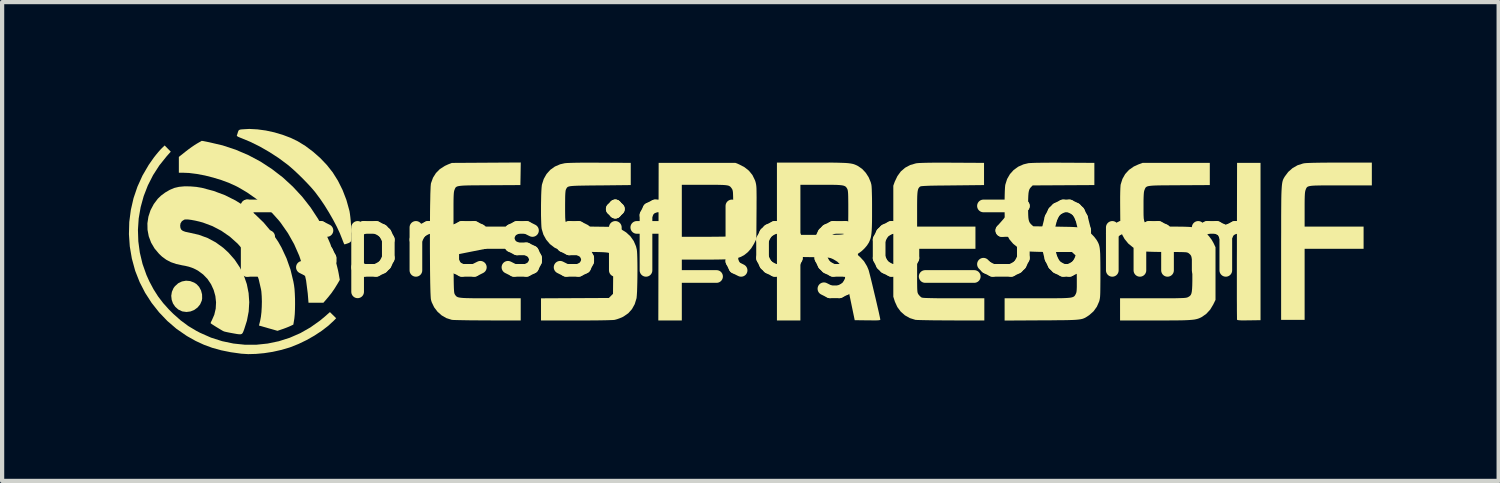
<source format=kicad_pcb>
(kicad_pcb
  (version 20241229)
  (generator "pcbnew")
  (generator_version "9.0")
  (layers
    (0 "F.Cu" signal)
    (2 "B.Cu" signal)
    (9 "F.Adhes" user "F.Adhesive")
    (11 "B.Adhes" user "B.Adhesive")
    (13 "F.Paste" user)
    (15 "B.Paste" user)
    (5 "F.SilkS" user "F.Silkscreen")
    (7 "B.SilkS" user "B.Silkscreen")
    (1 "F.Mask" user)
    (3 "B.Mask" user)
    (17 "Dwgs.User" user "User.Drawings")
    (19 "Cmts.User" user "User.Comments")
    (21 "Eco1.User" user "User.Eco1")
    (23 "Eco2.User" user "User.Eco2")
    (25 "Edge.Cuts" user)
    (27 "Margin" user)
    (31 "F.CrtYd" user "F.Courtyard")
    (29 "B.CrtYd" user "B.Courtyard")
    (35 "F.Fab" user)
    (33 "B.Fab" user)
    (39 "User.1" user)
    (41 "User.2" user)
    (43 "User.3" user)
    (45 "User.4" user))
  (footprint "Espressif_logo_30mm"
    (layer "F.Cu")
    (at 14.699 2.656)
    (property "Reference" "Espressif_logo_30mm" (at 0 0 0) (layer "F.SilkS") (effects (font (size 1.524 1.524) (thickness 0.3))))
    (attr board_only exclude_from_pos_files exclude_from_bom)
    (fp_poly (pts (xy 12.07 1.868) (xy 11.796 1.872) (xy 11.693 1.873) (xy 11.617 1.873) (xy 11.565 1.87) (xy 11.532 1.866) (xy 11.517 1.86) (xy 11.514 1.857) (xy 11.513 1.84) (xy 11.513 1.794) (xy 11.512 1.723) (xy 11.511 1.627) (xy 11.511 1.508) (xy 11.51 1.368) (xy 11.51 1.21) (xy 11.51 1.034) (xy 11.51 0.843) (xy 11.51 0.638) (xy 11.51 0.422) (xy 11.511 0.196) (xy 11.511 -0.008) (xy 11.515 -1.853) (xy 12.07 -1.853)) (stroke (width 0) (type solid)) (fill yes) (layer "F.SilkS"))
    (fp_poly (pts (xy -13.251 0.943) (xy -13.156 0.979) (xy -13.103 1.013) (xy -13.039 1.08) (xy -12.994 1.164) (xy -12.969 1.258) (xy -12.967 1.355) (xy -12.976 1.406) (xy -13.015 1.495) (xy -13.076 1.569) (xy -13.154 1.626) (xy -13.243 1.662) (xy -13.338 1.674) (xy -13.435 1.661) (xy -13.443 1.658) (xy -13.533 1.615) (xy -13.604 1.551) (xy -13.657 1.473) (xy -13.688 1.385) (xy -13.698 1.291) (xy -13.683 1.198) (xy -13.644 1.109) (xy -13.611 1.065) (xy -13.534 0.995) (xy -13.445 0.952) (xy -13.349 0.934)) (stroke (width 0) (type solid)) (fill yes) (layer "F.SilkS"))
    (fp_poly (pts (xy -12.805 -2.342) (xy -12.484 -2.267) (xy -12.172 -2.164) (xy -11.873 -2.036) (xy -11.586 -1.883) (xy -11.315 -1.706) (xy -11.059 -1.509) (xy -10.821 -1.29) (xy -10.601 -1.053) (xy -10.402 -0.799) (xy -10.224 -0.528) (xy -10.068 -0.242) (xy -9.937 0.058) (xy -9.831 0.369) (xy -9.752 0.691) (xy -9.738 0.761) (xy -9.711 0.915) (xy -9.766 1.01) (xy -9.838 1.126) (xy -9.908 1.227) (xy -9.988 1.327) (xy -10.01 1.353) (xy -10.098 1.455) (xy -10.451 1.455) (xy -10.469 1.234) (xy -10.508 0.929) (xy -10.575 0.632) (xy -10.67 0.345) (xy -10.791 0.07) (xy -10.938 -0.191) (xy -11.11 -0.437) (xy -11.16 -0.499) (xy -11.319 -0.676) (xy -11.5 -0.848) (xy -11.697 -1.009) (xy -11.903 -1.153) (xy -12.11 -1.275) (xy -12.16 -1.301) (xy -12.327 -1.377) (xy -12.511 -1.446) (xy -12.705 -1.505) (xy -12.902 -1.555) (xy -13.094 -1.591) (xy -13.276 -1.614) (xy -13.421 -1.62) (xy -13.518 -1.62) (xy -13.518 -1.994) (xy -13.362 -2.118) (xy -13.291 -2.173) (xy -13.215 -2.228) (xy -13.144 -2.276) (xy -13.091 -2.309) (xy -12.976 -2.375)) (stroke (width 0) (type solid)) (fill yes) (layer "F.SilkS"))
    (fp_poly (pts (xy 14.703 -1.32) (xy 13.967 -1.32) (xy 13.793 -1.32) (xy 13.647 -1.32) (xy 13.526 -1.32) (xy 13.427 -1.318) (xy 13.348 -1.316) (xy 13.287 -1.312) (xy 13.241 -1.306) (xy 13.207 -1.298) (xy 13.183 -1.288) (xy 13.167 -1.275) (xy 13.155 -1.259) (xy 13.146 -1.239) (xy 13.137 -1.216) (xy 13.136 -1.214) (xy 13.129 -1.191) (xy 13.123 -1.16) (xy 13.119 -1.119) (xy 13.116 -1.062) (xy 13.114 -0.987) (xy 13.113 -0.89) (xy 13.113 -0.767) (xy 13.113 -0.75) (xy 13.113 -0.345) (xy 14.508 -0.345) (xy 14.508 0.18) (xy 13.113 0.18) (xy 13.113 1.86) (xy 12.557 1.86) (xy 12.557 0.288) (xy 12.557 0.029) (xy 12.558 -0.202) (xy 12.558 -0.407) (xy 12.558 -0.587) (xy 12.559 -0.744) (xy 12.56 -0.88) (xy 12.561 -0.997) (xy 12.563 -1.096) (xy 12.566 -1.179) (xy 12.57 -1.248) (xy 12.574 -1.306) (xy 12.579 -1.352) (xy 12.585 -1.39) (xy 12.592 -1.421) (xy 12.6 -1.447) (xy 12.61 -1.47) (xy 12.62 -1.49) (xy 12.633 -1.512) (xy 12.643 -1.529) (xy 12.724 -1.638) (xy 12.826 -1.728) (xy 12.944 -1.796) (xy 13.075 -1.838) (xy 13.113 -1.845) (xy 13.149 -1.848) (xy 13.212 -1.851) (xy 13.299 -1.854) (xy 13.408 -1.856) (xy 13.534 -1.858) (xy 13.676 -1.859) (xy 13.831 -1.86) (xy 13.956 -1.86) (xy 14.703 -1.86)) (stroke (width 0) (type solid)) (fill yes) (layer "F.SilkS"))
    (fp_poly (pts (xy -11.662 -2.646) (xy -11.462 -2.619) (xy -11.259 -2.575) (xy -11.06 -2.516) (xy -10.87 -2.444) (xy -10.707 -2.365) (xy -10.523 -2.252) (xy -10.342 -2.116) (xy -10.171 -1.965) (xy -10.016 -1.802) (xy -9.884 -1.635) (xy -9.883 -1.635) (xy -9.756 -1.433) (xy -9.645 -1.211) (xy -9.555 -0.978) (xy -9.489 -0.741) (xy -9.481 -0.709) (xy -9.471 -0.647) (xy -9.461 -0.567) (xy -9.452 -0.475) (xy -9.445 -0.377) (xy -9.44 -0.279) (xy -9.437 -0.187) (xy -9.436 -0.107) (xy -9.438 -0.046) (xy -9.442 -0.011) (xy -9.457 0.017) (xy -9.491 0.039) (xy -9.522 0.051) (xy -9.564 0.065) (xy -9.594 0.074) (xy -9.601 0.075) (xy -9.61 0.062) (xy -9.625 0.027) (xy -9.645 -0.024) (xy -9.654 -0.049) (xy -9.71 -0.189) (xy -9.783 -0.345) (xy -9.87 -0.51) (xy -9.967 -0.679) (xy -10.07 -0.846) (xy -10.177 -1.004) (xy -10.284 -1.148) (xy -10.301 -1.17) (xy -10.374 -1.256) (xy -10.465 -1.355) (xy -10.566 -1.46) (xy -10.673 -1.566) (xy -10.779 -1.666) (xy -10.878 -1.754) (xy -10.948 -1.812) (xy -11.154 -1.965) (xy -11.374 -2.108) (xy -11.6 -2.238) (xy -11.826 -2.35) (xy -12.043 -2.44) (xy -12.059 -2.446) (xy -12.114 -2.469) (xy -12.143 -2.488) (xy -12.147 -2.499) (xy -12.138 -2.524) (xy -12.125 -2.565) (xy -12.122 -2.577) (xy -12.109 -2.612) (xy -12.093 -2.631) (xy -12.064 -2.641) (xy -12.027 -2.646) (xy -11.852 -2.656)) (stroke (width 0) (type solid)) (fill yes) (layer "F.SilkS"))
    (fp_poly (pts (xy -13.709 -2.118) (xy -13.804 -2.012) (xy -13.979 -1.794) (xy -14.128 -1.563) (xy -14.252 -1.319) (xy -14.35 -1.066) (xy -14.422 -0.805) (xy -14.468 -0.538) (xy -14.486 -0.269) (xy -14.477 0.002) (xy -14.441 0.271) (xy -14.377 0.538) (xy -14.285 0.798) (xy -14.215 0.953) (xy -14.116 1.139) (xy -14.009 1.307) (xy -13.889 1.464) (xy -13.75 1.619) (xy -13.65 1.718) (xy -13.474 1.874) (xy -13.294 2.007) (xy -13.1 2.123) (xy -13.015 2.167) (xy -12.757 2.281) (xy -12.493 2.365) (xy -12.225 2.421) (xy -11.955 2.449) (xy -11.685 2.449) (xy -11.417 2.421) (xy -11.153 2.366) (xy -10.895 2.284) (xy -10.645 2.175) (xy -10.406 2.039) (xy -10.178 1.877) (xy -10.077 1.793) (xy -9.944 1.677) (xy -9.797 1.822) (xy -9.853 1.88) (xy -9.984 2.001) (xy -10.139 2.12) (xy -10.312 2.234) (xy -10.497 2.339) (xy -10.688 2.431) (xy -10.879 2.507) (xy -10.915 2.519) (xy -11.102 2.573) (xy -11.298 2.617) (xy -11.498 2.648) (xy -11.693 2.666) (xy -11.877 2.671) (xy -12.04 2.661) (xy -12.29 2.626) (xy -12.518 2.58) (xy -12.728 2.522) (xy -12.926 2.449) (xy -13.119 2.36) (xy -13.31 2.253) (xy -13.344 2.232) (xy -13.575 2.072) (xy -13.789 1.888) (xy -13.985 1.683) (xy -14.162 1.459) (xy -14.316 1.22) (xy -14.445 0.969) (xy -14.548 0.708) (xy -14.552 0.696) (xy -14.63 0.41) (xy -14.679 0.122) (xy -14.699 -0.167) (xy -14.691 -0.455) (xy -14.654 -0.739) (xy -14.59 -1.018) (xy -14.498 -1.289) (xy -14.379 -1.552) (xy -14.232 -1.804) (xy -14.111 -1.977) (xy -14.06 -2.042) (xy -14.006 -2.107) (xy -13.958 -2.162) (xy -13.927 -2.194) (xy -13.854 -2.265)) (stroke (width 0) (type solid)) (fill yes) (layer "F.SilkS"))
    (fp_poly (pts (xy -0.268 -1.819) (xy -0.139 -1.752) (xy -0.032 -1.667) (xy 0.051 -1.564) (xy 0.11 -1.443) (xy 0.121 -1.411) (xy 0.128 -1.385) (xy 0.134 -1.359) (xy 0.139 -1.33) (xy 0.143 -1.295) (xy 0.146 -1.25) (xy 0.147 -1.192) (xy 0.148 -1.119) (xy 0.149 -1.027) (xy 0.148 -0.913) (xy 0.148 -0.774) (xy 0.147 -0.681) (xy 0.143 -0.051) (xy 0.086 0.063) (xy 0.022 0.168) (xy -0.058 0.259) (xy -0.148 0.331) (xy -0.233 0.374) (xy -0.276 0.389) (xy -0.322 0.401) (xy -0.372 0.411) (xy -0.432 0.419) (xy -0.503 0.425) (xy -0.589 0.429) (xy -0.693 0.432) (xy -0.819 0.434) (xy -0.97 0.435) (xy -1.069 0.435) (xy -1.62 0.435) (xy -1.62 1.875) (xy -2.176 1.875) (xy -2.172 0.011) (xy -2.169 -1.335) (xy -1.62 -1.335) (xy -1.62 -0.105) (xy -1.069 -0.105) (xy -0.923 -0.105) (xy -0.805 -0.106) (xy -0.711 -0.107) (xy -0.637 -0.108) (xy -0.582 -0.11) (xy -0.542 -0.113) (xy -0.514 -0.117) (xy -0.496 -0.122) (xy -0.483 -0.129) (xy -0.482 -0.129) (xy -0.462 -0.145) (xy -0.445 -0.164) (xy -0.432 -0.188) (xy -0.423 -0.221) (xy -0.416 -0.266) (xy -0.411 -0.326) (xy -0.408 -0.405) (xy -0.406 -0.505) (xy -0.405 -0.63) (xy -0.405 -0.725) (xy -0.405 -0.856) (xy -0.405 -0.961) (xy -0.406 -1.042) (xy -0.408 -1.104) (xy -0.41 -1.15) (xy -0.414 -1.182) (xy -0.419 -1.206) (xy -0.425 -1.223) (xy -0.433 -1.238) (xy -0.439 -1.247) (xy -0.455 -1.269) (xy -0.47 -1.287) (xy -0.489 -1.301) (xy -0.513 -1.313) (xy -0.547 -1.321) (xy -0.592 -1.327) (xy -0.653 -1.331) (xy -0.733 -1.333) (xy -0.833 -1.335) (xy -0.959 -1.335) (xy -1.084 -1.335) (xy -1.62 -1.335) (xy -2.169 -1.335) (xy -2.168 -1.853) (xy -0.353 -1.853)) (stroke (width 0) (type solid)) (fill yes) (layer "F.SilkS"))
    (fp_poly (pts (xy 4.786 -1.857) (xy 4.786 -1.857) (xy 5.529 -1.853) (xy 5.529 -1.328) (xy 4.784 -1.32) (xy 4.612 -1.318) (xy 4.468 -1.317) (xy 4.348 -1.315) (xy 4.252 -1.313) (xy 4.176 -1.31) (xy 4.117 -1.307) (xy 4.074 -1.304) (xy 4.044 -1.301) (xy 4.025 -1.296) (xy 4.014 -1.291) (xy 4.013 -1.29) (xy 3.994 -1.272) (xy 3.979 -1.251) (xy 3.968 -1.223) (xy 3.959 -1.184) (xy 3.953 -1.132) (xy 3.949 -1.062) (xy 3.947 -0.972) (xy 3.946 -0.858) (xy 3.946 -0.758) (xy 3.946 -0.345) (xy 5.326 -0.345) (xy 5.326 0.18) (xy 3.946 0.18) (xy 3.946 0.695) (xy 3.946 0.833) (xy 3.946 0.944) (xy 3.947 1.032) (xy 3.948 1.099) (xy 3.95 1.15) (xy 3.953 1.187) (xy 3.957 1.213) (xy 3.963 1.231) (xy 3.97 1.246) (xy 3.979 1.26) (xy 3.98 1.262) (xy 4.012 1.3) (xy 4.046 1.328) (xy 4.051 1.331) (xy 4.068 1.336) (xy 4.099 1.34) (xy 4.148 1.343) (xy 4.215 1.345) (xy 4.303 1.347) (xy 4.413 1.349) (xy 4.549 1.349) (xy 4.712 1.35) (xy 4.812 1.35) (xy 5.536 1.35) (xy 5.536 1.875) (xy 4.752 1.874) (xy 4.599 1.873) (xy 4.454 1.872) (xy 4.319 1.871) (xy 4.198 1.869) (xy 4.093 1.867) (xy 4.009 1.865) (xy 3.947 1.863) (xy 3.91 1.86) (xy 3.905 1.86) (xy 3.774 1.819) (xy 3.657 1.753) (xy 3.558 1.665) (xy 3.478 1.557) (xy 3.421 1.432) (xy 3.417 1.42) (xy 3.383 1.313) (xy 3.383 -1.313) (xy 3.417 -1.408) (xy 3.48 -1.54) (xy 3.561 -1.651) (xy 3.662 -1.738) (xy 3.781 -1.802) (xy 3.916 -1.841) (xy 3.939 -1.845) (xy 3.982 -1.849) (xy 4.054 -1.852) (xy 4.152 -1.855) (xy 4.276 -1.857) (xy 4.424 -1.858) (xy 4.594 -1.858)) (stroke (width 0) (type solid)) (fill yes) (layer "F.SilkS"))
    (fp_poly (pts (xy -5.434 -1.595) (xy -5.439 -1.328) (xy -6.171 -1.324) (xy -6.344 -1.323) (xy -6.49 -1.322) (xy -6.611 -1.321) (xy -6.709 -1.319) (xy -6.787 -1.316) (xy -6.848 -1.311) (xy -6.894 -1.305) (xy -6.928 -1.297) (xy -6.951 -1.287) (xy -6.968 -1.274) (xy -6.979 -1.258) (xy -6.988 -1.238) (xy -6.997 -1.215) (xy -6.998 -1.214) (xy -7.005 -1.191) (xy -7.011 -1.16) (xy -7.015 -1.119) (xy -7.018 -1.062) (xy -7.02 -0.987) (xy -7.021 -0.89) (xy -7.021 -0.767) (xy -7.021 -0.75) (xy -7.021 -0.345) (xy -5.626 -0.345) (xy -5.626 0.18) (xy -7.023 0.18) (xy -7.018 0.701) (xy -7.017 0.841) (xy -7.016 0.954) (xy -7.014 1.043) (xy -7.012 1.111) (xy -7.009 1.163) (xy -7.006 1.2) (xy -7.002 1.226) (xy -6.996 1.245) (xy -6.989 1.259) (xy -6.985 1.266) (xy -6.971 1.285) (xy -6.958 1.3) (xy -6.941 1.313) (xy -6.918 1.324) (xy -6.887 1.332) (xy -6.844 1.338) (xy -6.789 1.343) (xy -6.717 1.346) (xy -6.626 1.348) (xy -6.515 1.35) (xy -6.379 1.35) (xy -6.217 1.35) (xy -6.144 1.35) (xy -5.431 1.35) (xy -5.431 1.875) (xy -6.215 1.874) (xy -6.368 1.873) (xy -6.513 1.872) (xy -6.648 1.871) (xy -6.77 1.869) (xy -6.874 1.867) (xy -6.96 1.865) (xy -7.022 1.863) (xy -7.058 1.86) (xy -7.064 1.859) (xy -7.188 1.82) (xy -7.301 1.755) (xy -7.399 1.668) (xy -7.479 1.563) (xy -7.537 1.442) (xy -7.553 1.387) (xy -7.558 1.355) (xy -7.562 1.295) (xy -7.566 1.211) (xy -7.569 1.104) (xy -7.572 0.98) (xy -7.574 0.838) (xy -7.576 0.684) (xy -7.577 0.518) (xy -7.578 0.345) (xy -7.579 0.167) (xy -7.579 -0.014) (xy -7.579 -0.195) (xy -7.578 -0.372) (xy -7.577 -0.544) (xy -7.576 -0.707) (xy -7.574 -0.858) (xy -7.571 -0.995) (xy -7.569 -1.116) (xy -7.565 -1.217) (xy -7.562 -1.295) (xy -7.557 -1.348) (xy -7.554 -1.37) (xy -7.506 -1.502) (xy -7.436 -1.613) (xy -7.344 -1.706) (xy -7.227 -1.781) (xy -7.149 -1.817) (xy -7.059 -1.852) (xy -6.245 -1.857) (xy -5.43 -1.862)) (stroke (width 0) (type solid)) (fill yes) (layer "F.SilkS"))
    (fp_poly (pts (xy 1.459 -1.86) (xy 1.651 -1.86) (xy 1.815 -1.86) (xy 1.955 -1.859) (xy 2.072 -1.857) (xy 2.169 -1.854) (xy 2.25 -1.851) (xy 2.316 -1.846) (xy 2.37 -1.839) (xy 2.414 -1.831) (xy 2.452 -1.821) (xy 2.485 -1.808) (xy 2.517 -1.794) (xy 2.55 -1.777) (xy 2.554 -1.774) (xy 2.648 -1.708) (xy 2.732 -1.618) (xy 2.8 -1.512) (xy 2.849 -1.395) (xy 2.864 -1.338) (xy 2.869 -1.298) (xy 2.873 -1.231) (xy 2.876 -1.137) (xy 2.879 -1.02) (xy 2.88 -0.881) (xy 2.88 -0.738) (xy 2.88 -0.581) (xy 2.879 -0.45) (xy 2.876 -0.343) (xy 2.872 -0.255) (xy 2.866 -0.184) (xy 2.858 -0.126) (xy 2.848 -0.077) (xy 2.834 -0.034) (xy 2.817 0.005) (xy 2.805 0.032) (xy 2.76 0.102) (xy 2.698 0.174) (xy 2.629 0.238) (xy 2.586 0.27) (xy 2.524 0.309) (xy 2.603 0.38) (xy 2.69 0.475) (xy 2.761 0.592) (xy 2.796 0.675) (xy 2.805 0.703) (xy 2.818 0.755) (xy 2.837 0.827) (xy 2.859 0.916) (xy 2.884 1.018) (xy 2.91 1.128) (xy 2.937 1.242) (xy 2.965 1.358) (xy 2.991 1.47) (xy 3.015 1.575) (xy 3.037 1.669) (xy 3.054 1.748) (xy 3.067 1.808) (xy 3.074 1.845) (xy 3.076 1.855) (xy 3.071 1.862) (xy 3.056 1.867) (xy 3.026 1.871) (xy 2.978 1.873) (xy 2.908 1.873) (xy 2.813 1.872) (xy 2.773 1.872) (xy 2.47 1.868) (xy 2.354 1.31) (xy 2.319 1.145) (xy 2.288 1.001) (xy 2.26 0.88) (xy 2.236 0.784) (xy 2.217 0.714) (xy 2.202 0.672) (xy 2.201 0.67) (xy 2.139 0.566) (xy 2.058 0.484) (xy 1.962 0.426) (xy 1.931 0.412) (xy 1.904 0.401) (xy 1.875 0.394) (xy 1.841 0.388) (xy 1.796 0.384) (xy 1.737 0.382) (xy 1.657 0.38) (xy 1.554 0.378) (xy 1.527 0.378) (xy 1.185 0.373) (xy 1.185 1.875) (xy 0.63 1.875) (xy 0.63 -0.15) (xy 1.185 -0.15) (xy 1.681 -0.15) (xy 1.821 -0.15) (xy 1.933 -0.151) (xy 2.022 -0.152) (xy 2.091 -0.154) (xy 2.142 -0.157) (xy 2.178 -0.161) (xy 2.203 -0.166) (xy 2.22 -0.172) (xy 2.221 -0.173) (xy 2.247 -0.187) (xy 2.268 -0.204) (xy 2.284 -0.225) (xy 2.296 -0.254) (xy 2.305 -0.295) (xy 2.311 -0.351) (xy 2.315 -0.424) (xy 2.317 -0.519) (xy 2.318 -0.638) (xy 2.318 -0.743) (xy 2.318 -0.872) (xy 2.317 -0.976) (xy 2.316 -1.056) (xy 2.314 -1.117) (xy 2.311 -1.161) (xy 2.307 -1.194) (xy 2.302 -1.217) (xy 2.295 -1.235) (xy 2.291 -1.243) (xy 2.277 -1.266) (xy 2.261 -1.286) (xy 2.24 -1.301) (xy 2.211 -1.313) (xy 2.171 -1.322) (xy 2.117 -1.328) (xy 2.046 -1.332) (xy 1.955 -1.334) (xy 1.84 -1.335) (xy 1.699 -1.335) (xy 1.673 -1.335) (xy 1.185 -1.335) (xy 1.185 -0.15) (xy 0.63 -0.15) (xy 0.63 -1.86)) (stroke (width 0) (type solid)) (fill yes) (layer "F.SilkS"))
    (fp_poly (pts (xy 10.87 -1.328) (xy 10.145 -1.324) (xy 9.973 -1.323) (xy 9.828 -1.322) (xy 9.708 -1.321) (xy 9.61 -1.319) (xy 9.533 -1.316) (xy 9.472 -1.311) (xy 9.427 -1.305) (xy 9.394 -1.297) (xy 9.371 -1.286) (xy 9.355 -1.273) (xy 9.344 -1.257) (xy 9.335 -1.237) (xy 9.326 -1.214) (xy 9.317 -1.188) (xy 9.311 -1.153) (xy 9.307 -1.105) (xy 9.304 -1.041) (xy 9.302 -0.955) (xy 9.302 -0.845) (xy 9.302 -0.828) (xy 9.302 -0.712) (xy 9.303 -0.615) (xy 9.307 -0.537) (xy 9.319 -0.476) (xy 9.339 -0.429) (xy 9.371 -0.395) (xy 9.417 -0.372) (xy 9.481 -0.357) (xy 9.564 -0.349) (xy 9.669 -0.345) (xy 9.8 -0.345) (xy 9.947 -0.345) (xy 10.098 -0.345) (xy 10.222 -0.344) (xy 10.323 -0.341) (xy 10.405 -0.337) (xy 10.471 -0.33) (xy 10.526 -0.321) (xy 10.573 -0.309) (xy 10.615 -0.294) (xy 10.656 -0.275) (xy 10.685 -0.26) (xy 10.766 -0.203) (xy 10.846 -0.124) (xy 10.914 -0.034) (xy 10.957 0.041) (xy 11.005 0.143) (xy 11.005 1.388) (xy 10.95 1.5) (xy 10.879 1.618) (xy 10.789 1.716) (xy 10.684 1.791) (xy 10.682 1.792) (xy 10.649 1.809) (xy 10.617 1.823) (xy 10.584 1.835) (xy 10.545 1.845) (xy 10.499 1.854) (xy 10.444 1.86) (xy 10.376 1.865) (xy 10.294 1.869) (xy 10.194 1.872) (xy 10.074 1.873) (xy 9.932 1.874) (xy 9.765 1.875) (xy 9.576 1.875) (xy 8.747 1.875) (xy 8.747 1.35) (xy 9.523 1.35) (xy 9.697 1.35) (xy 9.843 1.35) (xy 9.965 1.349) (xy 10.064 1.349) (xy 10.144 1.347) (xy 10.206 1.345) (xy 10.253 1.343) (xy 10.289 1.34) (xy 10.315 1.336) (xy 10.334 1.331) (xy 10.348 1.326) (xy 10.352 1.324) (xy 10.381 1.308) (xy 10.405 1.289) (xy 10.423 1.265) (xy 10.436 1.232) (xy 10.445 1.187) (xy 10.451 1.125) (xy 10.455 1.044) (xy 10.457 0.94) (xy 10.457 0.81) (xy 10.457 0.798) (xy 10.457 0.67) (xy 10.456 0.569) (xy 10.453 0.49) (xy 10.449 0.43) (xy 10.441 0.386) (xy 10.431 0.353) (xy 10.416 0.328) (xy 10.397 0.307) (xy 10.373 0.287) (xy 10.373 0.286) (xy 10.361 0.278) (xy 10.346 0.271) (xy 10.327 0.265) (xy 10.299 0.261) (xy 10.258 0.259) (xy 10.203 0.257) (xy 10.128 0.256) (xy 10.031 0.255) (xy 9.909 0.255) (xy 9.866 0.255) (xy 9.745 0.254) (xy 9.63 0.253) (xy 9.524 0.251) (xy 9.433 0.248) (xy 9.36 0.245) (xy 9.312 0.241) (xy 9.302 0.24) (xy 9.168 0.204) (xy 9.047 0.142) (xy 8.942 0.056) (xy 8.854 -0.052) (xy 8.808 -0.134) (xy 8.754 -0.248) (xy 8.75 -0.755) (xy 8.749 -0.915) (xy 8.749 -1.052) (xy 8.751 -1.166) (xy 8.754 -1.254) (xy 8.758 -1.315) (xy 8.761 -1.34) (xy 8.803 -1.473) (xy 8.869 -1.59) (xy 8.959 -1.688) (xy 9.072 -1.767) (xy 9.182 -1.817) (xy 9.279 -1.853) (xy 10.87 -1.853)) (stroke (width 0) (type solid)) (fill yes) (layer "F.SilkS"))
    (fp_poly (pts (xy -13.251 -1.297) (xy -13.105 -1.285) (xy -12.975 -1.263) (xy -12.696 -1.189) (xy -12.428 -1.089) (xy -12.175 -0.962) (xy -11.937 -0.812) (xy -11.716 -0.638) (xy -11.513 -0.442) (xy -11.33 -0.225) (xy -11.169 0.011) (xy -11.089 0.152) (xy -10.971 0.405) (xy -10.877 0.672) (xy -10.809 0.955) (xy -10.793 1.043) (xy -10.782 1.13) (xy -10.775 1.239) (xy -10.77 1.36) (xy -10.769 1.487) (xy -10.771 1.612) (xy -10.776 1.725) (xy -10.785 1.82) (xy -10.79 1.853) (xy -10.81 1.973) (xy -10.877 2.005) (xy -10.925 2.026) (xy -10.988 2.051) (xy -11.055 2.076) (xy -11.065 2.079) (xy -11.185 2.12) (xy -11.327 2.079) (xy -11.399 2.059) (xy -11.47 2.038) (xy -11.528 2.022) (xy -11.546 2.016) (xy -11.623 1.995) (xy -11.594 1.879) (xy -11.577 1.788) (xy -11.564 1.676) (xy -11.557 1.552) (xy -11.554 1.423) (xy -11.558 1.3) (xy -11.566 1.191) (xy -11.574 1.14) (xy -11.63 0.897) (xy -11.713 0.668) (xy -11.822 0.452) (xy -11.957 0.252) (xy -12.118 0.068) (xy -12.131 0.054) (xy -12.315 -0.11) (xy -12.513 -0.247) (xy -12.724 -0.357) (xy -12.948 -0.441) (xy -13.032 -0.464) (xy -13.131 -0.487) (xy -13.223 -0.504) (xy -13.301 -0.514) (xy -13.36 -0.515) (xy -13.39 -0.51) (xy -13.446 -0.474) (xy -13.479 -0.421) (xy -13.487 -0.368) (xy -13.481 -0.315) (xy -13.462 -0.275) (xy -13.425 -0.245) (xy -13.366 -0.223) (xy -13.282 -0.205) (xy -13.267 -0.202) (xy -13.046 -0.152) (xy -12.839 -0.076) (xy -12.646 0.027) (xy -12.467 0.157) (xy -12.346 0.268) (xy -12.198 0.436) (xy -12.076 0.619) (xy -11.98 0.813) (xy -11.91 1.016) (xy -11.868 1.227) (xy -11.853 1.443) (xy -11.866 1.662) (xy -11.908 1.881) (xy -11.973 2.085) (xy -11.992 2.135) (xy -12.008 2.169) (xy -12.026 2.191) (xy -12.052 2.201) (xy -12.09 2.202) (xy -12.146 2.195) (xy -12.224 2.181) (xy -12.258 2.175) (xy -12.327 2.162) (xy -12.39 2.149) (xy -12.437 2.138) (xy -12.455 2.132) (xy -12.48 2.12) (xy -12.523 2.095) (xy -12.576 2.063) (xy -12.634 2.028) (xy -12.689 1.993) (xy -12.734 1.964) (xy -12.762 1.944) (xy -12.766 1.941) (xy -12.764 1.926) (xy -12.75 1.894) (xy -12.741 1.879) (xy -12.68 1.74) (xy -12.646 1.595) (xy -12.638 1.446) (xy -12.654 1.298) (xy -12.694 1.155) (xy -12.756 1.019) (xy -12.839 0.895) (xy -12.943 0.787) (xy -13.065 0.697) (xy -13.132 0.661) (xy -13.207 0.628) (xy -13.283 0.603) (xy -13.371 0.582) (xy -13.435 0.571) (xy -13.582 0.539) (xy -13.706 0.496) (xy -13.815 0.439) (xy -13.916 0.365) (xy -13.984 0.301) (xy -14.092 0.173) (xy -14.174 0.034) (xy -14.23 -0.115) (xy -14.259 -0.269) (xy -14.262 -0.425) (xy -14.238 -0.581) (xy -14.188 -0.734) (xy -14.111 -0.879) (xy -14.016 -1.005) (xy -13.939 -1.079) (xy -13.842 -1.151) (xy -13.736 -1.213) (xy -13.632 -1.258) (xy -13.622 -1.261) (xy -13.516 -1.286) (xy -13.39 -1.298)) (stroke (width 0) (type solid)) (fill yes) (layer "F.SilkS"))
    (fp_poly (pts (xy -3.556 -1.857) (xy -2.828 -1.853) (xy -2.828 -1.328) (xy -3.557 -1.32) (xy -3.727 -1.319) (xy -3.87 -1.317) (xy -3.988 -1.315) (xy -4.083 -1.313) (xy -4.159 -1.31) (xy -4.218 -1.306) (xy -4.262 -1.301) (xy -4.293 -1.294) (xy -4.316 -1.285) (xy -4.331 -1.274) (xy -4.342 -1.26) (xy -4.351 -1.244) (xy -4.359 -1.228) (xy -4.367 -1.208) (xy -4.372 -1.176) (xy -4.376 -1.129) (xy -4.379 -1.064) (xy -4.38 -0.977) (xy -4.381 -0.864) (xy -4.381 -0.828) (xy -4.381 -0.715) (xy -4.38 -0.627) (xy -4.379 -0.562) (xy -4.376 -0.515) (xy -4.373 -0.482) (xy -4.367 -0.46) (xy -4.36 -0.443) (xy -4.35 -0.43) (xy -4.35 -0.43) (xy -4.334 -0.41) (xy -4.318 -0.394) (xy -4.299 -0.381) (xy -4.274 -0.372) (xy -4.239 -0.364) (xy -4.192 -0.358) (xy -4.129 -0.354) (xy -4.048 -0.351) (xy -3.945 -0.349) (xy -3.818 -0.347) (xy -3.713 -0.345) (xy -3.173 -0.338) (xy -3.056 -0.282) (xy -2.937 -0.209) (xy -2.836 -0.116) (xy -2.758 -0.005) (xy -2.704 0.12) (xy -2.686 0.193) (xy -2.68 0.238) (xy -2.676 0.308) (xy -2.673 0.398) (xy -2.671 0.503) (xy -2.67 0.619) (xy -2.67 0.741) (xy -2.671 0.864) (xy -2.673 0.983) (xy -2.676 1.095) (xy -2.679 1.193) (xy -2.684 1.273) (xy -2.689 1.331) (xy -2.692 1.352) (xy -2.734 1.489) (xy -2.799 1.606) (xy -2.885 1.703) (xy -2.993 1.778) (xy -3.02 1.793) (xy -3.085 1.821) (xy -3.152 1.845) (xy -3.207 1.86) (xy -3.209 1.86) (xy -3.241 1.864) (xy -3.301 1.866) (xy -3.386 1.869) (xy -3.494 1.871) (xy -3.622 1.873) (xy -3.768 1.874) (xy -3.93 1.875) (xy -4.104 1.875) (xy -4.12 1.875) (xy -4.951 1.875) (xy -4.951 1.351) (xy -4.149 1.347) (xy -3.346 1.343) (xy -3.297 1.294) (xy -3.248 1.245) (xy -3.244 0.818) (xy -3.243 0.69) (xy -3.242 0.589) (xy -3.243 0.51) (xy -3.245 0.451) (xy -3.248 0.408) (xy -3.252 0.378) (xy -3.258 0.357) (xy -3.263 0.346) (xy -3.275 0.324) (xy -3.289 0.306) (xy -3.306 0.291) (xy -3.332 0.28) (xy -3.367 0.271) (xy -3.416 0.265) (xy -3.481 0.26) (xy -3.566 0.257) (xy -3.673 0.255) (xy -3.805 0.253) (xy -3.894 0.252) (xy -4.034 0.25) (xy -4.148 0.248) (xy -4.239 0.246) (xy -4.311 0.244) (xy -4.366 0.241) (xy -4.408 0.237) (xy -4.441 0.232) (xy -4.468 0.225) (xy -4.493 0.218) (xy -4.504 0.214) (xy -4.631 0.152) (xy -4.74 0.068) (xy -4.828 -0.036) (xy -4.894 -0.155) (xy -4.934 -0.288) (xy -4.935 -0.292) (xy -4.941 -0.341) (xy -4.945 -0.415) (xy -4.948 -0.508) (xy -4.951 -0.615) (xy -4.951 -0.731) (xy -4.951 -0.851) (xy -4.949 -0.969) (xy -4.947 -1.08) (xy -4.943 -1.179) (xy -4.938 -1.261) (xy -4.932 -1.32) (xy -4.929 -1.339) (xy -4.886 -1.473) (xy -4.82 -1.59) (xy -4.731 -1.689) (xy -4.623 -1.766) (xy -4.498 -1.82) (xy -4.388 -1.845) (xy -4.345 -1.849) (xy -4.274 -1.852) (xy -4.175 -1.855) (xy -4.052 -1.857) (xy -3.905 -1.858) (xy -3.736 -1.858)) (stroke (width 0) (type solid)) (fill yes) (layer "F.SilkS"))
    (fp_poly (pts (xy 7.383 -1.857) (xy 7.411 -1.857) (xy 8.139 -1.853) (xy 8.139 -1.328) (xy 7.41 -1.324) (xy 6.68 -1.32) (xy 6.641 -1.281) (xy 6.619 -1.255) (xy 6.602 -1.226) (xy 6.59 -1.187) (xy 6.581 -1.137) (xy 6.576 -1.07) (xy 6.573 -0.982) (xy 6.571 -0.869) (xy 6.571 -0.828) (xy 6.572 -0.713) (xy 6.574 -0.623) (xy 6.578 -0.554) (xy 6.586 -0.502) (xy 6.598 -0.464) (xy 6.614 -0.433) (xy 6.636 -0.406) (xy 6.653 -0.39) (xy 6.694 -0.353) (xy 7.236 -0.345) (xy 7.383 -0.342) (xy 7.502 -0.34) (xy 7.599 -0.338) (xy 7.676 -0.334) (xy 7.738 -0.33) (xy 7.787 -0.323) (xy 7.827 -0.315) (xy 7.861 -0.305) (xy 7.894 -0.291) (xy 7.928 -0.275) (xy 7.952 -0.262) (xy 8.008 -0.225) (xy 8.071 -0.171) (xy 8.132 -0.108) (xy 8.181 -0.045) (xy 8.19 -0.032) (xy 8.212 0.004) (xy 8.23 0.038) (xy 8.245 0.074) (xy 8.257 0.115) (xy 8.266 0.163) (xy 8.272 0.223) (xy 8.277 0.297) (xy 8.279 0.389) (xy 8.281 0.501) (xy 8.282 0.638) (xy 8.282 0.766) (xy 8.282 0.913) (xy 8.281 1.033) (xy 8.28 1.13) (xy 8.279 1.207) (xy 8.277 1.267) (xy 8.274 1.314) (xy 8.27 1.35) (xy 8.264 1.38) (xy 8.258 1.407) (xy 8.252 1.427) (xy 8.198 1.55) (xy 8.12 1.658) (xy 8.022 1.745) (xy 8.014 1.751) (xy 7.98 1.774) (xy 7.949 1.794) (xy 7.92 1.811) (xy 7.889 1.825) (xy 7.855 1.837) (xy 7.813 1.846) (xy 7.763 1.853) (xy 7.701 1.859) (xy 7.625 1.863) (xy 7.532 1.866) (xy 7.42 1.868) (xy 7.287 1.869) (xy 7.129 1.871) (xy 6.944 1.872) (xy 6.89 1.872) (xy 6.016 1.877) (xy 6.016 1.35) (xy 6.793 1.35) (xy 6.974 1.35) (xy 7.128 1.35) (xy 7.257 1.349) (xy 7.363 1.348) (xy 7.449 1.345) (xy 7.517 1.341) (xy 7.569 1.336) (xy 7.609 1.328) (xy 7.638 1.318) (xy 7.659 1.306) (xy 7.674 1.291) (xy 7.686 1.273) (xy 7.697 1.252) (xy 7.701 1.245) (xy 7.708 1.227) (xy 7.715 1.205) (xy 7.719 1.176) (xy 7.722 1.135) (xy 7.724 1.08) (xy 7.724 1.006) (xy 7.724 0.909) (xy 7.723 0.787) (xy 7.723 0.775) (xy 7.719 0.358) (xy 7.663 0.306) (xy 7.607 0.255) (xy 7.138 0.255) (xy 7.017 0.254) (xy 6.901 0.253) (xy 6.795 0.251) (xy 6.703 0.248) (xy 6.631 0.245) (xy 6.582 0.241) (xy 6.571 0.24) (xy 6.441 0.204) (xy 6.322 0.144) (xy 6.218 0.06) (xy 6.131 -0.042) (xy 6.066 -0.161) (xy 6.037 -0.245) (xy 6.031 -0.283) (xy 6.026 -0.347) (xy 6.022 -0.43) (xy 6.019 -0.53) (xy 6.017 -0.64) (xy 6.016 -0.757) (xy 6.016 -0.875) (xy 6.016 -0.99) (xy 6.018 -1.097) (xy 6.021 -1.191) (xy 6.025 -1.268) (xy 6.03 -1.322) (xy 6.033 -1.338) (xy 6.075 -1.471) (xy 6.142 -1.587) (xy 6.23 -1.685) (xy 6.338 -1.763) (xy 6.463 -1.818) (xy 6.579 -1.846) (xy 6.621 -1.849) (xy 6.69 -1.852) (xy 6.786 -1.855) (xy 6.905 -1.856) (xy 7.045 -1.857) (xy 7.205 -1.858)) (stroke (width 0) (type solid)) (fill yes) (layer "F.SilkS")))
  (gr_rect
    (start -3 -3)
    (end 32.402 8.327)
    (stroke (width 0.1) (type default))
    (fill no)
    (layer "Edge.Cuts")))
</source>
